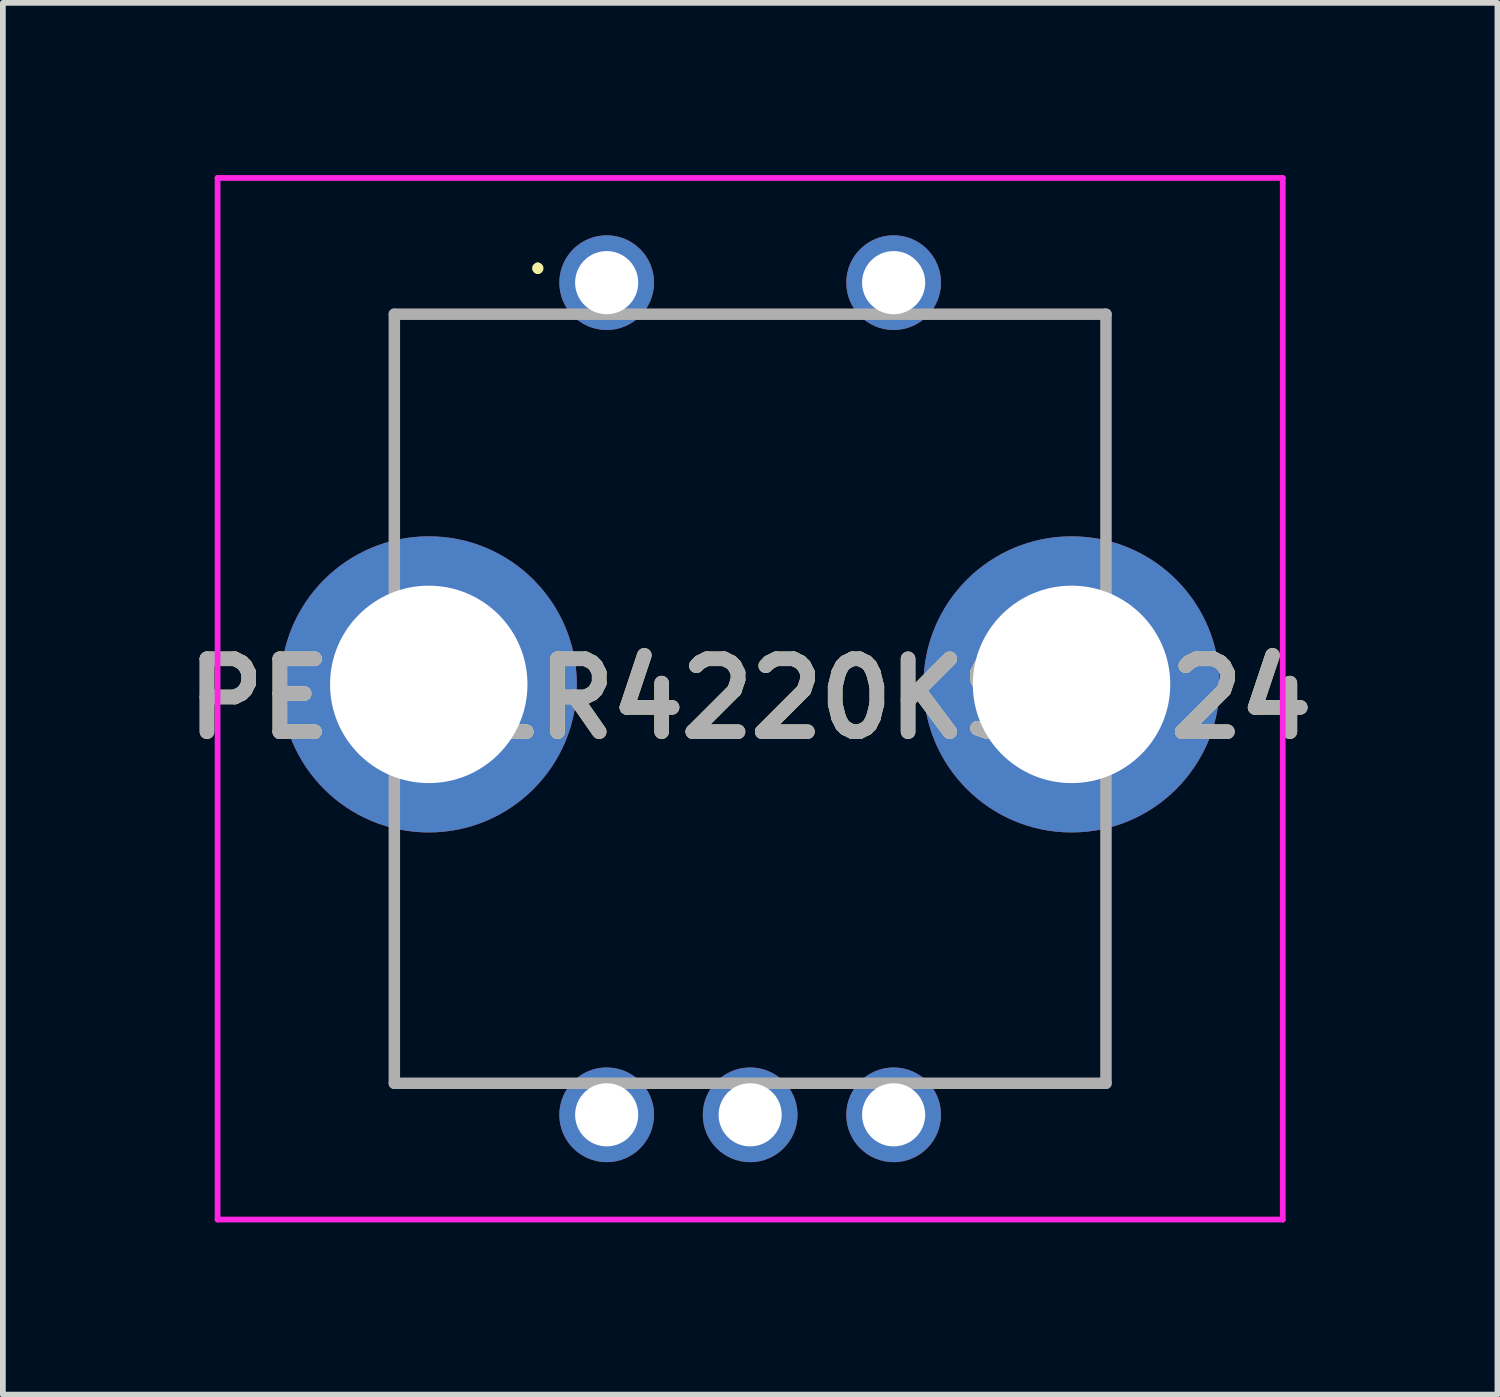
<source format=kicad_pcb>
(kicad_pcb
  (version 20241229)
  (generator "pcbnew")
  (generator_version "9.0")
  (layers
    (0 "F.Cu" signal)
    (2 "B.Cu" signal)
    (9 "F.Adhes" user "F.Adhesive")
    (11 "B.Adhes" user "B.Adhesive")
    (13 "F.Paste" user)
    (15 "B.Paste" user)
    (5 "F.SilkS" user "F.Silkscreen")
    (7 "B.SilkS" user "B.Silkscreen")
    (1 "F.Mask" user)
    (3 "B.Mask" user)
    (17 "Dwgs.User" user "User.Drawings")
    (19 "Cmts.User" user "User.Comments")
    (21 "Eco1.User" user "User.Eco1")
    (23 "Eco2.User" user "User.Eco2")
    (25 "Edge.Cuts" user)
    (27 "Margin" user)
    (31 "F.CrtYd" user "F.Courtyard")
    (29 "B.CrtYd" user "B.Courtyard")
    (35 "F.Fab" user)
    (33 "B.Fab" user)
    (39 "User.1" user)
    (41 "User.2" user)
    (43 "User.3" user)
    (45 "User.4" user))
  (footprint "PEC11R4220KS0024"
    (layer "F.Cu")
    (at 10.021 1.875)
    (property "Reference" "PEC11R4220KS0024" (at 0 7.25 0) (layer "F.SilkS") (effects (font (size 1.27 1.27) (thickness 0.254))))
    (attr through_hole)
    (fp_line (start -6.2 0.55) (end -6.2 4.25) (stroke (width 0.1) (type solid)) (layer "F.SilkS"))
    (fp_line (start -6.2 9.95) (end -6.2 13.95) (stroke (width 0.1) (type solid)) (layer "F.SilkS"))
    (fp_line (start -6.2 13.95) (end -3.6 13.95) (stroke (width 0.1) (type solid)) (layer "F.SilkS"))
    (fp_line (start -3.7 -0.3) (end -3.7 -0.3) (stroke (width 0.1) (type solid)) (layer "F.SilkS"))
    (fp_line (start -3.7 -0.2) (end -3.7 -0.2) (stroke (width 0.1) (type solid)) (layer "F.SilkS"))
    (fp_line (start -3.6 0.55) (end -6.2 0.55) (stroke (width 0.1) (type solid)) (layer "F.SilkS"))
    (fp_line (start -1.5 0.55) (end 1.5 0.55) (stroke (width 0.1) (type solid)) (layer "F.SilkS"))
    (fp_line (start 3.3 13.95) (end 6.2 13.95) (stroke (width 0.1) (type solid)) (layer "F.SilkS"))
    (fp_line (start 3.6 0.55) (end 6.2 0.55) (stroke (width 0.1) (type solid)) (layer "F.SilkS"))
    (fp_line (start 6.2 0.55) (end 6.2 3.95) (stroke (width 0.1) (type solid)) (layer "F.SilkS"))
    (fp_line (start 6.2 13.95) (end 6.2 9.95) (stroke (width 0.1) (type solid)) (layer "F.SilkS"))
    (fp_arc (start -3.7 -0.3) (mid -3.65 -0.25) (end -3.7 -0.2) (stroke (width 0.1) (type solid)) (layer "F.SilkS"))
    (fp_arc (start -3.7 -0.2) (mid -3.75 -0.25) (end -3.7 -0.3) (stroke (width 0.1) (type solid)) (layer "F.SilkS"))
    (fp_line (start -9.28 -1.825) (end 9.28 -1.825) (stroke (width 0.1) (type solid)) (layer "F.CrtYd"))
    (fp_line (start -9.28 16.325) (end -9.28 -1.825) (stroke (width 0.1) (type solid)) (layer "F.CrtYd"))
    (fp_line (start 9.28 -1.825) (end 9.28 16.325) (stroke (width 0.1) (type solid)) (layer "F.CrtYd"))
    (fp_line (start 9.28 16.325) (end -9.28 16.325) (stroke (width 0.1) (type solid)) (layer "F.CrtYd"))
    (fp_line (start -6.2 0.55) (end 6.2 0.55) (stroke (width 0.2) (type solid)) (layer "F.Fab"))
    (fp_line (start -6.2 13.95) (end -6.2 0.55) (stroke (width 0.2) (type solid)) (layer "F.Fab"))
    (fp_line (start 6.2 0.55) (end 6.2 13.95) (stroke (width 0.2) (type solid)) (layer "F.Fab"))
    (fp_line (start 6.2 13.95) (end -6.2 13.95) (stroke (width 0.2) (type solid)) (layer "F.Fab"))
    (fp_text user "${REFERENCE}" (at 0 7.25 0) (layer "F.Fab") (effects (font (size 1.27 1.27) (thickness 0.254))))
    (pad "1" thru_hole circle (at -2.5 0) (size 1.65 1.65) (drill 1.1) (layers "*.Cu" "*.Mask"))
    (pad "2" thru_hole circle (at 2.5 0) (size 1.65 1.65) (drill 1.1) (layers "*.Cu" "*.Mask"))
    (pad "A1" thru_hole circle (at -2.5 14.5) (size 1.65 1.65) (drill 1.1) (layers "*.Cu" "*.Mask"))
    (pad "B1" thru_hole circle (at 2.5 14.5) (size 1.65 1.65) (drill 1.1) (layers "*.Cu" "*.Mask"))
    (pad "C1" thru_hole circle (at 0 14.5) (size 1.65 1.65) (drill 1.1) (layers "*.Cu" "*.Mask"))
    (pad "MH1" thru_hole circle (at -5.6 7) (size 5.16 5.16) (drill 3.44) (layers "*.Cu" "*.Mask"))
    (pad "MH2" thru_hole circle (at 5.6 7) (size 5.16 5.16) (drill 3.44) (layers "*.Cu" "*.Mask")))
  (gr_rect
    (start -3 -3)
    (end 23.042 21.25)
    (stroke (width 0.1) (type default))
    (fill no)
    (layer "Edge.Cuts")))
</source>
